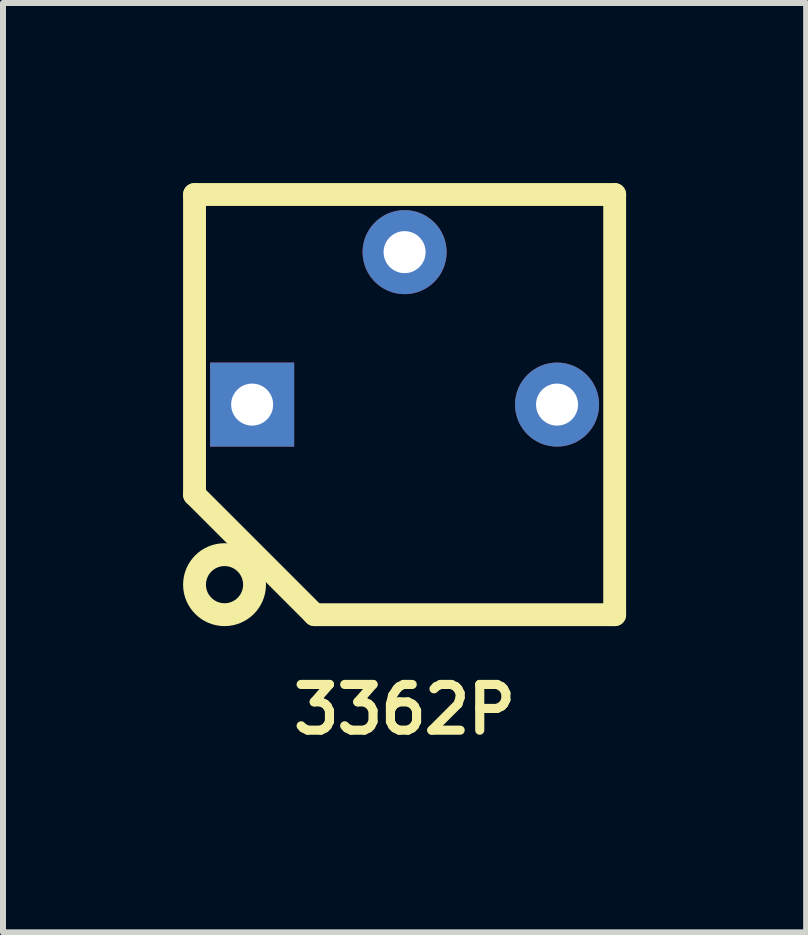
<source format=kicad_pcb>
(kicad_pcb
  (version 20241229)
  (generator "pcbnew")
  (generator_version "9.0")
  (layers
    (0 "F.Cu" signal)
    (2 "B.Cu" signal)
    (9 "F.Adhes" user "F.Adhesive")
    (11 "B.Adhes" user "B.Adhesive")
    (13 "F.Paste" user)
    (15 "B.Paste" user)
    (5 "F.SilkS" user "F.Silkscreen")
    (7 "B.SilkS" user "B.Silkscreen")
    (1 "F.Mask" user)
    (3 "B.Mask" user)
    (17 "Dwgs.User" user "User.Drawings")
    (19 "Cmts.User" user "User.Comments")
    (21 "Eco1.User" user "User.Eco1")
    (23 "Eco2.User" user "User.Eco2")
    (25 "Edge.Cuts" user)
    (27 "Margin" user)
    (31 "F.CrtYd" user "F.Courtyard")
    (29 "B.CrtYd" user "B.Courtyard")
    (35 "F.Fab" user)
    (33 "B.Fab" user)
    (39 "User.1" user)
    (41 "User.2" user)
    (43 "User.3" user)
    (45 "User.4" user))
  (footprint "3362P"
    (layer "F.Cu")
    (at 3.691 3.691)
    (property "Reference" "3362P" (at 0 5.08 0) (layer "F.SilkS") (effects (font (size 0.762 0.762) (thickness 0.152))))
    (attr through_hole)
    (fp_line (start -3.5 -3.5) (end 3.5 -3.5) (stroke (width 0.381) (type solid)) (layer "F.SilkS"))
    (fp_line (start -3.5 1.5) (end -3.5 -3.5) (stroke (width 0.381) (type solid)) (layer "F.SilkS"))
    (fp_line (start -3.5 1.5) (end -1.5 3.5) (stroke (width 0.381) (type solid)) (layer "F.SilkS"))
    (fp_line (start -1.5 3.5) (end 3.5 3.5) (stroke (width 0.381) (type solid)) (layer "F.SilkS"))
    (fp_line (start 3.5 -3.5) (end 3.5 3.5) (stroke (width 0.381) (type solid)) (layer "F.SilkS"))
    (fp_circle (center -3 3) (end -3 3.5) (stroke (width 0.381) (type solid)) (fill no) (layer "F.SilkS"))
    (pad "1" thru_hole rect (at -2.54 0) (size 1.4 1.4) (drill 0.7) (layers "*.Cu" "*.Mask"))
    (pad "2" thru_hole circle (at 0 -2.54) (size 1.4 1.4) (drill 0.7) (layers "*.Cu" "*.Mask"))
    (pad "3" thru_hole circle (at 2.54 0) (size 1.4 1.4) (drill 0.7) (layers "*.Cu" "*.Mask")))
  (gr_rect
    (start -3 -3)
    (end 10.381 12.484)
    (stroke (width 0.1) (type default))
    (fill no)
    (layer "Edge.Cuts")))
</source>
